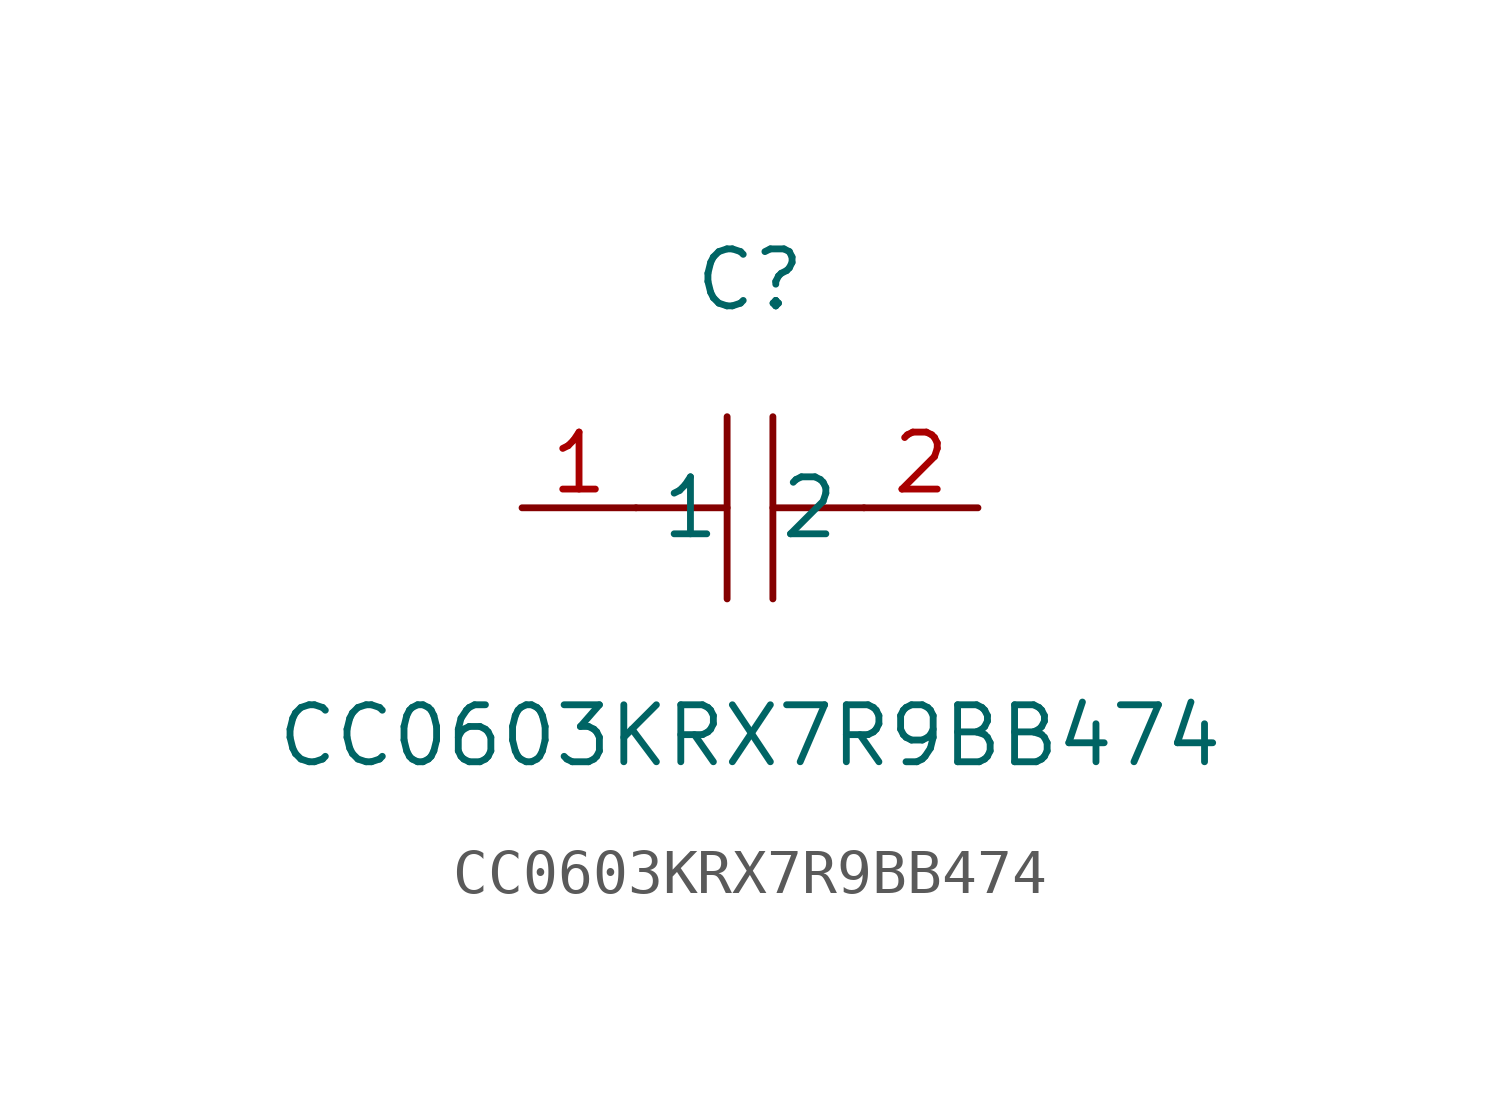
<source format=kicad_sym>
(kicad_symbol_lib
  (version 1)
  (generator "faebryk")
  (symbol "CC0603KRX7R9BB474"
    (property "Reference" "C"
      (at 0 5.08 0)
      (effects (font (size 1.27 1.27)) (hide no)))
    (property "Value" "CC0603KRX7R9BB474"
      (at 0 -5.08 0)
      (effects (font (size 1.27 1.27)) (hide no)))
    (symbol "CC0603KRX7R9BB474_0_1"
      (polyline (stroke (width 0) (type default) (color 0 0 0 0)) (fill (type none)) (pts (xy -0.51 -2.03) (xy -0.51 2.03)))
      (polyline (stroke (width 0) (type default) (color 0 0 0 0)) (fill (type none)) (pts (xy 2.54 0) (xy 0.51 0)))
      (polyline (stroke (width 0) (type default) (color 0 0 0 0)) (fill (type none)) (pts (xy 0.51 2.03) (xy 0.51 -2.03)))
      (polyline (stroke (width 0) (type default) (color 0 0 0 0)) (fill (type none)) (pts (xy -0.51 0) (xy -2.54 0)))
      (pin unspecified line (at -5.08 0 0) (length 2.54) (name "1" (effects (font (size 1.27 1.27)) (hide no))) (number "1" (effects (font (size 1.27 1.27)) (hide no))))
      (pin unspecified line (at 5.08 0 180) (length 2.54) (name "2" (effects (font (size 1.27 1.27)) (hide no))) (number "2" (effects (font (size 1.27 1.27)) (hide no)))))))
</source>
